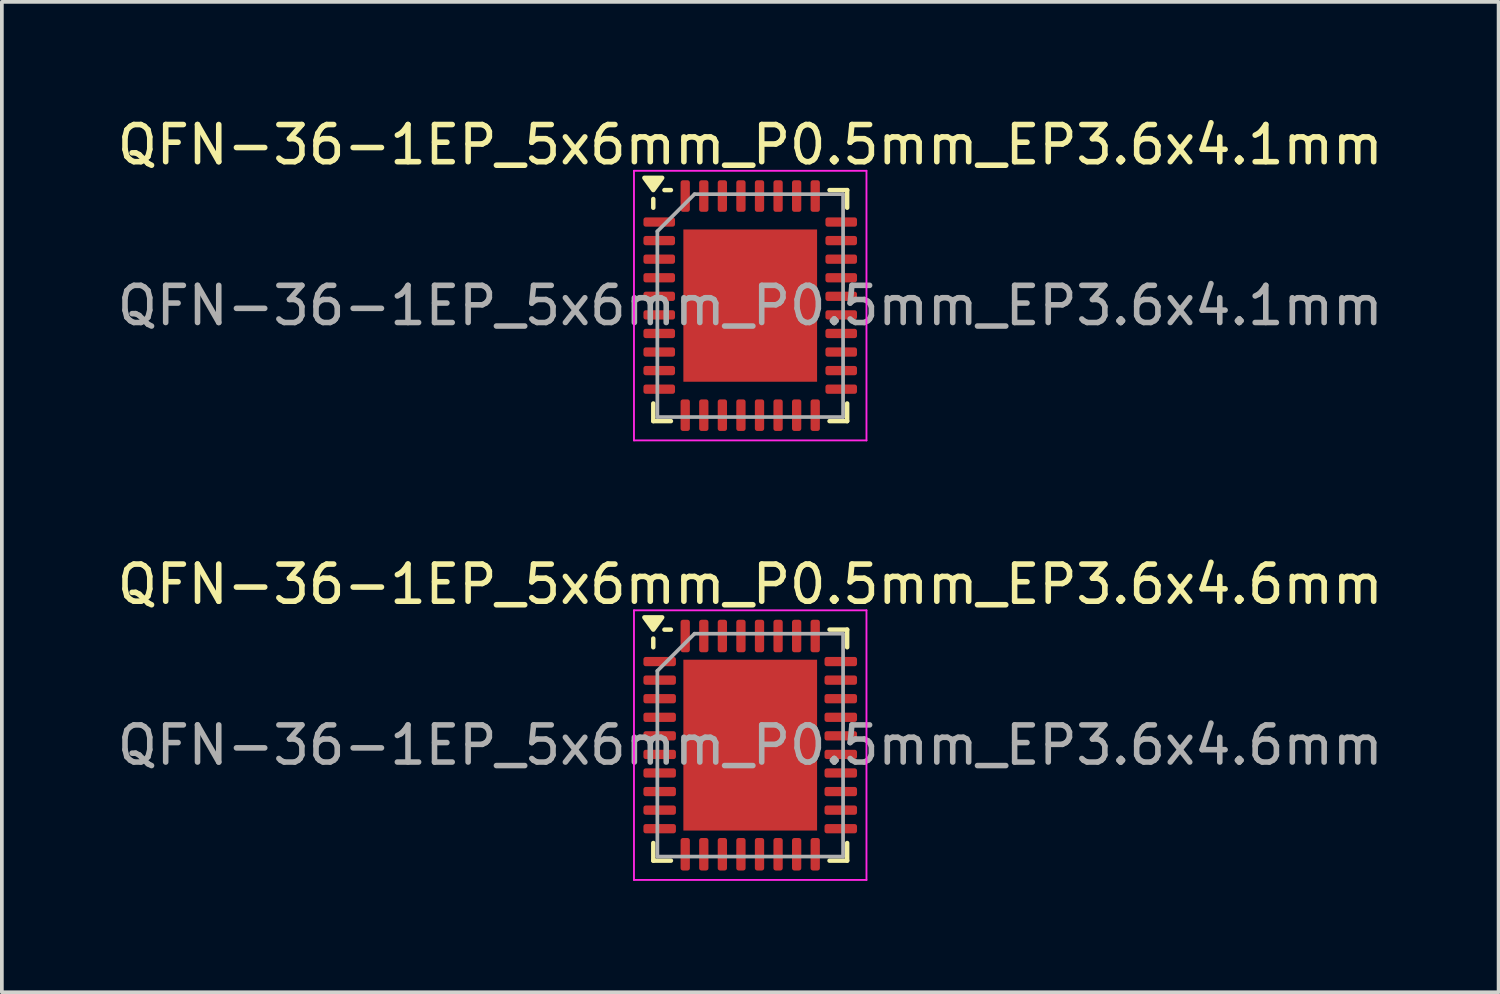
<source format=kicad_pcb>
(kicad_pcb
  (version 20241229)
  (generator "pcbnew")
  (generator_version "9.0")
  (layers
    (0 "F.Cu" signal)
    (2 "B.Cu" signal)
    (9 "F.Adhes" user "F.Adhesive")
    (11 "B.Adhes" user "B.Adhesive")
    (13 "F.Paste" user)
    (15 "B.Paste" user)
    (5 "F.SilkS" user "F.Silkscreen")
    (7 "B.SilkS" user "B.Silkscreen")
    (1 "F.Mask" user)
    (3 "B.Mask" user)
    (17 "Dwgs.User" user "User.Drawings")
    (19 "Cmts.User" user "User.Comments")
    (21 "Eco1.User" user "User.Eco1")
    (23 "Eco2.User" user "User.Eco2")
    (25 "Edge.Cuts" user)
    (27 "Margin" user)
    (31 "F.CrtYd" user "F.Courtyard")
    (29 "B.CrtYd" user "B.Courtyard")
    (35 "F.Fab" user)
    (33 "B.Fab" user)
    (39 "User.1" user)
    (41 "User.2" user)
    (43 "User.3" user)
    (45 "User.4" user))
  (footprint "QFN-36-1EP_5x6mm_P0.5mm_EP3.6x4.6mm"
    (layer "F.Cu")
    (at 17.149 17.012)
    (property "Reference" "QFN-36-1EP_5x6mm_P0.5mm_EP3.6x4.6mm" (at 0 -4.33 0) (layer "F.SilkS") (effects (font (size 1 1) (thickness 0.15))))
    (attr smd)
    (fp_line (start -2.61 -2.635) (end -2.61 -2.87) (stroke (width 0.12) (type solid)) (layer "F.SilkS"))
    (fp_line (start -2.61 3.11) (end -2.61 2.635) (stroke (width 0.12) (type solid)) (layer "F.SilkS"))
    (fp_line (start -2.135 -3.11) (end -2.31 -3.11) (stroke (width 0.12) (type solid)) (layer "F.SilkS"))
    (fp_line (start -2.135 3.11) (end -2.61 3.11) (stroke (width 0.12) (type solid)) (layer "F.SilkS"))
    (fp_line (start 2.135 -3.11) (end 2.61 -3.11) (stroke (width 0.12) (type solid)) (layer "F.SilkS"))
    (fp_line (start 2.135 3.11) (end 2.61 3.11) (stroke (width 0.12) (type solid)) (layer "F.SilkS"))
    (fp_line (start 2.61 -3.11) (end 2.61 -2.635) (stroke (width 0.12) (type solid)) (layer "F.SilkS"))
    (fp_line (start 2.61 3.11) (end 2.61 2.635) (stroke (width 0.12) (type solid)) (layer "F.SilkS"))
    (fp_poly (pts (xy -2.61 -3.11) (xy -2.85 -3.44) (xy -2.37 -3.44) (xy -2.61 -3.11)) (stroke (width 0.12) (type solid)) (fill yes) (layer "F.SilkS"))
    (fp_line (start -3.13 -3.63) (end -3.13 3.63) (stroke (width 0.05) (type solid)) (layer "F.CrtYd"))
    (fp_line (start -3.13 3.63) (end 3.13 3.63) (stroke (width 0.05) (type solid)) (layer "F.CrtYd"))
    (fp_line (start 3.13 -3.63) (end -3.13 -3.63) (stroke (width 0.05) (type solid)) (layer "F.CrtYd"))
    (fp_line (start 3.13 3.63) (end 3.13 -3.63) (stroke (width 0.05) (type solid)) (layer "F.CrtYd"))
    (fp_line (start -2.5 -2) (end -1.5 -3) (stroke (width 0.1) (type solid)) (layer "F.Fab"))
    (fp_line (start -2.5 3) (end -2.5 -2) (stroke (width 0.1) (type solid)) (layer "F.Fab"))
    (fp_line (start -1.5 -3) (end 2.5 -3) (stroke (width 0.1) (type solid)) (layer "F.Fab"))
    (fp_line (start 2.5 -3) (end 2.5 3) (stroke (width 0.1) (type solid)) (layer "F.Fab"))
    (fp_line (start 2.5 3) (end -2.5 3) (stroke (width 0.1) (type solid)) (layer "F.Fab"))
    (fp_text user "${REFERENCE}" (at 0 0 0) (layer "F.Fab") (effects (font (size 1 1) (thickness 0.15))))
    (pad "" smd roundrect (at -1.2 -1.725) (size 0.97 0.93) (layers "F.Paste") (roundrect_rratio 0.25))
    (pad "" smd roundrect (at -1.2 -0.575) (size 0.97 0.93) (layers "F.Paste") (roundrect_rratio 0.25))
    (pad "" smd roundrect (at -1.2 0.575) (size 0.97 0.93) (layers "F.Paste") (roundrect_rratio 0.25))
    (pad "" smd roundrect (at -1.2 1.725) (size 0.97 0.93) (layers "F.Paste") (roundrect_rratio 0.25))
    (pad "" smd roundrect (at 0 -1.725) (size 0.97 0.93) (layers "F.Paste") (roundrect_rratio 0.25))
    (pad "" smd roundrect (at 0 -0.575) (size 0.97 0.93) (layers "F.Paste") (roundrect_rratio 0.25))
    (pad "" smd roundrect (at 0 0.575) (size 0.97 0.93) (layers "F.Paste") (roundrect_rratio 0.25))
    (pad "" smd roundrect (at 0 1.725) (size 0.97 0.93) (layers "F.Paste") (roundrect_rratio 0.25))
    (pad "" smd roundrect (at 1.2 -1.725) (size 0.97 0.93) (layers "F.Paste") (roundrect_rratio 0.25))
    (pad "" smd roundrect (at 1.2 -0.575) (size 0.97 0.93) (layers "F.Paste") (roundrect_rratio 0.25))
    (pad "" smd roundrect (at 1.2 0.575) (size 0.97 0.93) (layers "F.Paste") (roundrect_rratio 0.25))
    (pad "" smd roundrect (at 1.2 1.725) (size 0.97 0.93) (layers "F.Paste") (roundrect_rratio 0.25))
    (pad "1" smd roundrect (at -2.438 -2.25) (size 0.875 0.25) (layers "F.Cu" "F.Mask" "F.Paste") (roundrect_rratio 0.25))
    (pad "2" smd roundrect (at -2.438 -1.75) (size 0.875 0.25) (layers "F.Cu" "F.Mask" "F.Paste") (roundrect_rratio 0.25))
    (pad "3" smd roundrect (at -2.438 -1.25) (size 0.875 0.25) (layers "F.Cu" "F.Mask" "F.Paste") (roundrect_rratio 0.25))
    (pad "4" smd roundrect (at -2.438 -0.75) (size 0.875 0.25) (layers "F.Cu" "F.Mask" "F.Paste") (roundrect_rratio 0.25))
    (pad "5" smd roundrect (at -2.438 -0.25) (size 0.875 0.25) (layers "F.Cu" "F.Mask" "F.Paste") (roundrect_rratio 0.25))
    (pad "6" smd roundrect (at -2.438 0.25) (size 0.875 0.25) (layers "F.Cu" "F.Mask" "F.Paste") (roundrect_rratio 0.25))
    (pad "7" smd roundrect (at -2.438 0.75) (size 0.875 0.25) (layers "F.Cu" "F.Mask" "F.Paste") (roundrect_rratio 0.25))
    (pad "8" smd roundrect (at -2.438 1.25) (size 0.875 0.25) (layers "F.Cu" "F.Mask" "F.Paste") (roundrect_rratio 0.25))
    (pad "9" smd roundrect (at -2.438 1.75) (size 0.875 0.25) (layers "F.Cu" "F.Mask" "F.Paste") (roundrect_rratio 0.25))
    (pad "10" smd roundrect (at -2.438 2.25) (size 0.875 0.25) (layers "F.Cu" "F.Mask" "F.Paste") (roundrect_rratio 0.25))
    (pad "11" smd roundrect (at -1.75 2.938) (size 0.25 0.875) (layers "F.Cu" "F.Mask" "F.Paste") (roundrect_rratio 0.25))
    (pad "12" smd roundrect (at -1.25 2.938) (size 0.25 0.875) (layers "F.Cu" "F.Mask" "F.Paste") (roundrect_rratio 0.25))
    (pad "13" smd roundrect (at -0.75 2.938) (size 0.25 0.875) (layers "F.Cu" "F.Mask" "F.Paste") (roundrect_rratio 0.25))
    (pad "14" smd roundrect (at -0.25 2.938) (size 0.25 0.875) (layers "F.Cu" "F.Mask" "F.Paste") (roundrect_rratio 0.25))
    (pad "15" smd roundrect (at 0.25 2.938) (size 0.25 0.875) (layers "F.Cu" "F.Mask" "F.Paste") (roundrect_rratio 0.25))
    (pad "16" smd roundrect (at 0.75 2.938) (size 0.25 0.875) (layers "F.Cu" "F.Mask" "F.Paste") (roundrect_rratio 0.25))
    (pad "17" smd roundrect (at 1.25 2.938) (size 0.25 0.875) (layers "F.Cu" "F.Mask" "F.Paste") (roundrect_rratio 0.25))
    (pad "18" smd roundrect (at 1.75 2.938) (size 0.25 0.875) (layers "F.Cu" "F.Mask" "F.Paste") (roundrect_rratio 0.25))
    (pad "19" smd roundrect (at 2.438 2.25) (size 0.875 0.25) (layers "F.Cu" "F.Mask" "F.Paste") (roundrect_rratio 0.25))
    (pad "20" smd roundrect (at 2.438 1.75) (size 0.875 0.25) (layers "F.Cu" "F.Mask" "F.Paste") (roundrect_rratio 0.25))
    (pad "21" smd roundrect (at 2.438 1.25) (size 0.875 0.25) (layers "F.Cu" "F.Mask" "F.Paste") (roundrect_rratio 0.25))
    (pad "22" smd roundrect (at 2.438 0.75) (size 0.875 0.25) (layers "F.Cu" "F.Mask" "F.Paste") (roundrect_rratio 0.25))
    (pad "23" smd roundrect (at 2.438 0.25) (size 0.875 0.25) (layers "F.Cu" "F.Mask" "F.Paste") (roundrect_rratio 0.25))
    (pad "24" smd roundrect (at 2.438 -0.25) (size 0.875 0.25) (layers "F.Cu" "F.Mask" "F.Paste") (roundrect_rratio 0.25))
    (pad "25" smd roundrect (at 2.438 -0.75) (size 0.875 0.25) (layers "F.Cu" "F.Mask" "F.Paste") (roundrect_rratio 0.25))
    (pad "26" smd roundrect (at 2.438 -1.25) (size 0.875 0.25) (layers "F.Cu" "F.Mask" "F.Paste") (roundrect_rratio 0.25))
    (pad "27" smd roundrect (at 2.438 -1.75) (size 0.875 0.25) (layers "F.Cu" "F.Mask" "F.Paste") (roundrect_rratio 0.25))
    (pad "28" smd roundrect (at 2.438 -2.25) (size 0.875 0.25) (layers "F.Cu" "F.Mask" "F.Paste") (roundrect_rratio 0.25))
    (pad "29" smd roundrect (at 1.75 -2.938) (size 0.25 0.875) (layers "F.Cu" "F.Mask" "F.Paste") (roundrect_rratio 0.25))
    (pad "30" smd roundrect (at 1.25 -2.938) (size 0.25 0.875) (layers "F.Cu" "F.Mask" "F.Paste") (roundrect_rratio 0.25))
    (pad "31" smd roundrect (at 0.75 -2.938) (size 0.25 0.875) (layers "F.Cu" "F.Mask" "F.Paste") (roundrect_rratio 0.25))
    (pad "32" smd roundrect (at 0.25 -2.938) (size 0.25 0.875) (layers "F.Cu" "F.Mask" "F.Paste") (roundrect_rratio 0.25))
    (pad "33" smd roundrect (at -0.25 -2.938) (size 0.25 0.875) (layers "F.Cu" "F.Mask" "F.Paste") (roundrect_rratio 0.25))
    (pad "34" smd roundrect (at -0.75 -2.938) (size 0.25 0.875) (layers "F.Cu" "F.Mask" "F.Paste") (roundrect_rratio 0.25))
    (pad "35" smd roundrect (at -1.25 -2.938) (size 0.25 0.875) (layers "F.Cu" "F.Mask" "F.Paste") (roundrect_rratio 0.25))
    (pad "36" smd roundrect (at -1.75 -2.938) (size 0.25 0.875) (layers "F.Cu" "F.Mask" "F.Paste") (roundrect_rratio 0.25))
    (pad "37" smd rect (at 0 0) (size 3.6 4.6) (property pad_prop_heatsink) (layers "F.Cu" "F.Mask")))
  (footprint "QFN-36-1EP_5x6mm_P0.5mm_EP3.6x4.1mm"
    (layer "F.Cu")
    (at 17.149 5.178)
    (property "Reference" "QFN-36-1EP_5x6mm_P0.5mm_EP3.6x4.1mm" (at 0 -4.33 0) (layer "F.SilkS") (effects (font (size 1 1) (thickness 0.15))))
    (attr smd)
    (fp_line (start -2.61 -2.635) (end -2.61 -2.87) (stroke (width 0.12) (type solid)) (layer "F.SilkS"))
    (fp_line (start -2.61 3.11) (end -2.61 2.635) (stroke (width 0.12) (type solid)) (layer "F.SilkS"))
    (fp_line (start -2.135 -3.11) (end -2.31 -3.11) (stroke (width 0.12) (type solid)) (layer "F.SilkS"))
    (fp_line (start -2.135 3.11) (end -2.61 3.11) (stroke (width 0.12) (type solid)) (layer "F.SilkS"))
    (fp_line (start 2.135 -3.11) (end 2.61 -3.11) (stroke (width 0.12) (type solid)) (layer "F.SilkS"))
    (fp_line (start 2.135 3.11) (end 2.61 3.11) (stroke (width 0.12) (type solid)) (layer "F.SilkS"))
    (fp_line (start 2.61 -3.11) (end 2.61 -2.635) (stroke (width 0.12) (type solid)) (layer "F.SilkS"))
    (fp_line (start 2.61 3.11) (end 2.61 2.635) (stroke (width 0.12) (type solid)) (layer "F.SilkS"))
    (fp_poly (pts (xy -2.61 -3.11) (xy -2.85 -3.44) (xy -2.37 -3.44) (xy -2.61 -3.11)) (stroke (width 0.12) (type solid)) (fill yes) (layer "F.SilkS"))
    (fp_line (start -3.13 -3.63) (end -3.13 3.63) (stroke (width 0.05) (type solid)) (layer "F.CrtYd"))
    (fp_line (start -3.13 3.63) (end 3.13 3.63) (stroke (width 0.05) (type solid)) (layer "F.CrtYd"))
    (fp_line (start 3.13 -3.63) (end -3.13 -3.63) (stroke (width 0.05) (type solid)) (layer "F.CrtYd"))
    (fp_line (start 3.13 3.63) (end 3.13 -3.63) (stroke (width 0.05) (type solid)) (layer "F.CrtYd"))
    (fp_line (start -2.5 -2) (end -1.5 -3) (stroke (width 0.1) (type solid)) (layer "F.Fab"))
    (fp_line (start -2.5 3) (end -2.5 -2) (stroke (width 0.1) (type solid)) (layer "F.Fab"))
    (fp_line (start -1.5 -3) (end 2.5 -3) (stroke (width 0.1) (type solid)) (layer "F.Fab"))
    (fp_line (start 2.5 -3) (end 2.5 3) (stroke (width 0.1) (type solid)) (layer "F.Fab"))
    (fp_line (start 2.5 3) (end -2.5 3) (stroke (width 0.1) (type solid)) (layer "F.Fab"))
    (fp_text user "${REFERENCE}" (at 0 0 0) (layer "F.Fab") (effects (font (size 1 1) (thickness 0.15))))
    (pad "" smd roundrect (at -1.2 -1.37) (size 0.97 1.1) (layers "F.Paste") (roundrect_rratio 0.25))
    (pad "" smd roundrect (at -1.2 0) (size 0.97 1.1) (layers "F.Paste") (roundrect_rratio 0.25))
    (pad "" smd roundrect (at -1.2 1.37) (size 0.97 1.1) (layers "F.Paste") (roundrect_rratio 0.25))
    (pad "" smd roundrect (at 0 -1.37) (size 0.97 1.1) (layers "F.Paste") (roundrect_rratio 0.25))
    (pad "" smd roundrect (at 0 0) (size 0.97 1.1) (layers "F.Paste") (roundrect_rratio 0.25))
    (pad "" smd roundrect (at 0 1.37) (size 0.97 1.1) (layers "F.Paste") (roundrect_rratio 0.25))
    (pad "" smd roundrect (at 1.2 -1.37) (size 0.97 1.1) (layers "F.Paste") (roundrect_rratio 0.25))
    (pad "" smd roundrect (at 1.2 0) (size 0.97 1.1) (layers "F.Paste") (roundrect_rratio 0.25))
    (pad "" smd roundrect (at 1.2 1.37) (size 0.97 1.1) (layers "F.Paste") (roundrect_rratio 0.25))
    (pad "1" smd roundrect (at -2.45 -2.25) (size 0.85 0.25) (layers "F.Cu" "F.Mask" "F.Paste") (roundrect_rratio 0.25))
    (pad "2" smd roundrect (at -2.45 -1.75) (size 0.85 0.25) (layers "F.Cu" "F.Mask" "F.Paste") (roundrect_rratio 0.25))
    (pad "3" smd roundrect (at -2.45 -1.25) (size 0.85 0.25) (layers "F.Cu" "F.Mask" "F.Paste") (roundrect_rratio 0.25))
    (pad "4" smd roundrect (at -2.45 -0.75) (size 0.85 0.25) (layers "F.Cu" "F.Mask" "F.Paste") (roundrect_rratio 0.25))
    (pad "5" smd roundrect (at -2.45 -0.25) (size 0.85 0.25) (layers "F.Cu" "F.Mask" "F.Paste") (roundrect_rratio 0.25))
    (pad "6" smd roundrect (at -2.45 0.25) (size 0.85 0.25) (layers "F.Cu" "F.Mask" "F.Paste") (roundrect_rratio 0.25))
    (pad "7" smd roundrect (at -2.45 0.75) (size 0.85 0.25) (layers "F.Cu" "F.Mask" "F.Paste") (roundrect_rratio 0.25))
    (pad "8" smd roundrect (at -2.45 1.25) (size 0.85 0.25) (layers "F.Cu" "F.Mask" "F.Paste") (roundrect_rratio 0.25))
    (pad "9" smd roundrect (at -2.45 1.75) (size 0.85 0.25) (layers "F.Cu" "F.Mask" "F.Paste") (roundrect_rratio 0.25))
    (pad "10" smd roundrect (at -2.45 2.25) (size 0.85 0.25) (layers "F.Cu" "F.Mask" "F.Paste") (roundrect_rratio 0.25))
    (pad "11" smd roundrect (at -1.75 2.95) (size 0.25 0.85) (layers "F.Cu" "F.Mask" "F.Paste") (roundrect_rratio 0.25))
    (pad "12" smd roundrect (at -1.25 2.95) (size 0.25 0.85) (layers "F.Cu" "F.Mask" "F.Paste") (roundrect_rratio 0.25))
    (pad "13" smd roundrect (at -0.75 2.95) (size 0.25 0.85) (layers "F.Cu" "F.Mask" "F.Paste") (roundrect_rratio 0.25))
    (pad "14" smd roundrect (at -0.25 2.95) (size 0.25 0.85) (layers "F.Cu" "F.Mask" "F.Paste") (roundrect_rratio 0.25))
    (pad "15" smd roundrect (at 0.25 2.95) (size 0.25 0.85) (layers "F.Cu" "F.Mask" "F.Paste") (roundrect_rratio 0.25))
    (pad "16" smd roundrect (at 0.75 2.95) (size 0.25 0.85) (layers "F.Cu" "F.Mask" "F.Paste") (roundrect_rratio 0.25))
    (pad "17" smd roundrect (at 1.25 2.95) (size 0.25 0.85) (layers "F.Cu" "F.Mask" "F.Paste") (roundrect_rratio 0.25))
    (pad "18" smd roundrect (at 1.75 2.95) (size 0.25 0.85) (layers "F.Cu" "F.Mask" "F.Paste") (roundrect_rratio 0.25))
    (pad "19" smd roundrect (at 2.45 2.25) (size 0.85 0.25) (layers "F.Cu" "F.Mask" "F.Paste") (roundrect_rratio 0.25))
    (pad "20" smd roundrect (at 2.45 1.75) (size 0.85 0.25) (layers "F.Cu" "F.Mask" "F.Paste") (roundrect_rratio 0.25))
    (pad "21" smd roundrect (at 2.45 1.25) (size 0.85 0.25) (layers "F.Cu" "F.Mask" "F.Paste") (roundrect_rratio 0.25))
    (pad "22" smd roundrect (at 2.45 0.75) (size 0.85 0.25) (layers "F.Cu" "F.Mask" "F.Paste") (roundrect_rratio 0.25))
    (pad "23" smd roundrect (at 2.45 0.25) (size 0.85 0.25) (layers "F.Cu" "F.Mask" "F.Paste") (roundrect_rratio 0.25))
    (pad "24" smd roundrect (at 2.45 -0.25) (size 0.85 0.25) (layers "F.Cu" "F.Mask" "F.Paste") (roundrect_rratio 0.25))
    (pad "25" smd roundrect (at 2.45 -0.75) (size 0.85 0.25) (layers "F.Cu" "F.Mask" "F.Paste") (roundrect_rratio 0.25))
    (pad "26" smd roundrect (at 2.45 -1.25) (size 0.85 0.25) (layers "F.Cu" "F.Mask" "F.Paste") (roundrect_rratio 0.25))
    (pad "27" smd roundrect (at 2.45 -1.75) (size 0.85 0.25) (layers "F.Cu" "F.Mask" "F.Paste") (roundrect_rratio 0.25))
    (pad "28" smd roundrect (at 2.45 -2.25) (size 0.85 0.25) (layers "F.Cu" "F.Mask" "F.Paste") (roundrect_rratio 0.25))
    (pad "29" smd roundrect (at 1.75 -2.95) (size 0.25 0.85) (layers "F.Cu" "F.Mask" "F.Paste") (roundrect_rratio 0.25))
    (pad "30" smd roundrect (at 1.25 -2.95) (size 0.25 0.85) (layers "F.Cu" "F.Mask" "F.Paste") (roundrect_rratio 0.25))
    (pad "31" smd roundrect (at 0.75 -2.95) (size 0.25 0.85) (layers "F.Cu" "F.Mask" "F.Paste") (roundrect_rratio 0.25))
    (pad "32" smd roundrect (at 0.25 -2.95) (size 0.25 0.85) (layers "F.Cu" "F.Mask" "F.Paste") (roundrect_rratio 0.25))
    (pad "33" smd roundrect (at -0.25 -2.95) (size 0.25 0.85) (layers "F.Cu" "F.Mask" "F.Paste") (roundrect_rratio 0.25))
    (pad "34" smd roundrect (at -0.75 -2.95) (size 0.25 0.85) (layers "F.Cu" "F.Mask" "F.Paste") (roundrect_rratio 0.25))
    (pad "35" smd roundrect (at -1.25 -2.95) (size 0.25 0.85) (layers "F.Cu" "F.Mask" "F.Paste") (roundrect_rratio 0.25))
    (pad "36" smd roundrect (at -1.75 -2.95) (size 0.25 0.85) (layers "F.Cu" "F.Mask" "F.Paste") (roundrect_rratio 0.25))
    (pad "37" smd rect (at 0 0) (size 3.6 4.1) (property pad_prop_heatsink) (layers "F.Cu" "F.Mask")))
  (gr_rect
    (start -3 -3)
    (end 37.298 23.666)
    (stroke (width 0.1) (type default))
    (fill no)
    (layer "Edge.Cuts")))
</source>
